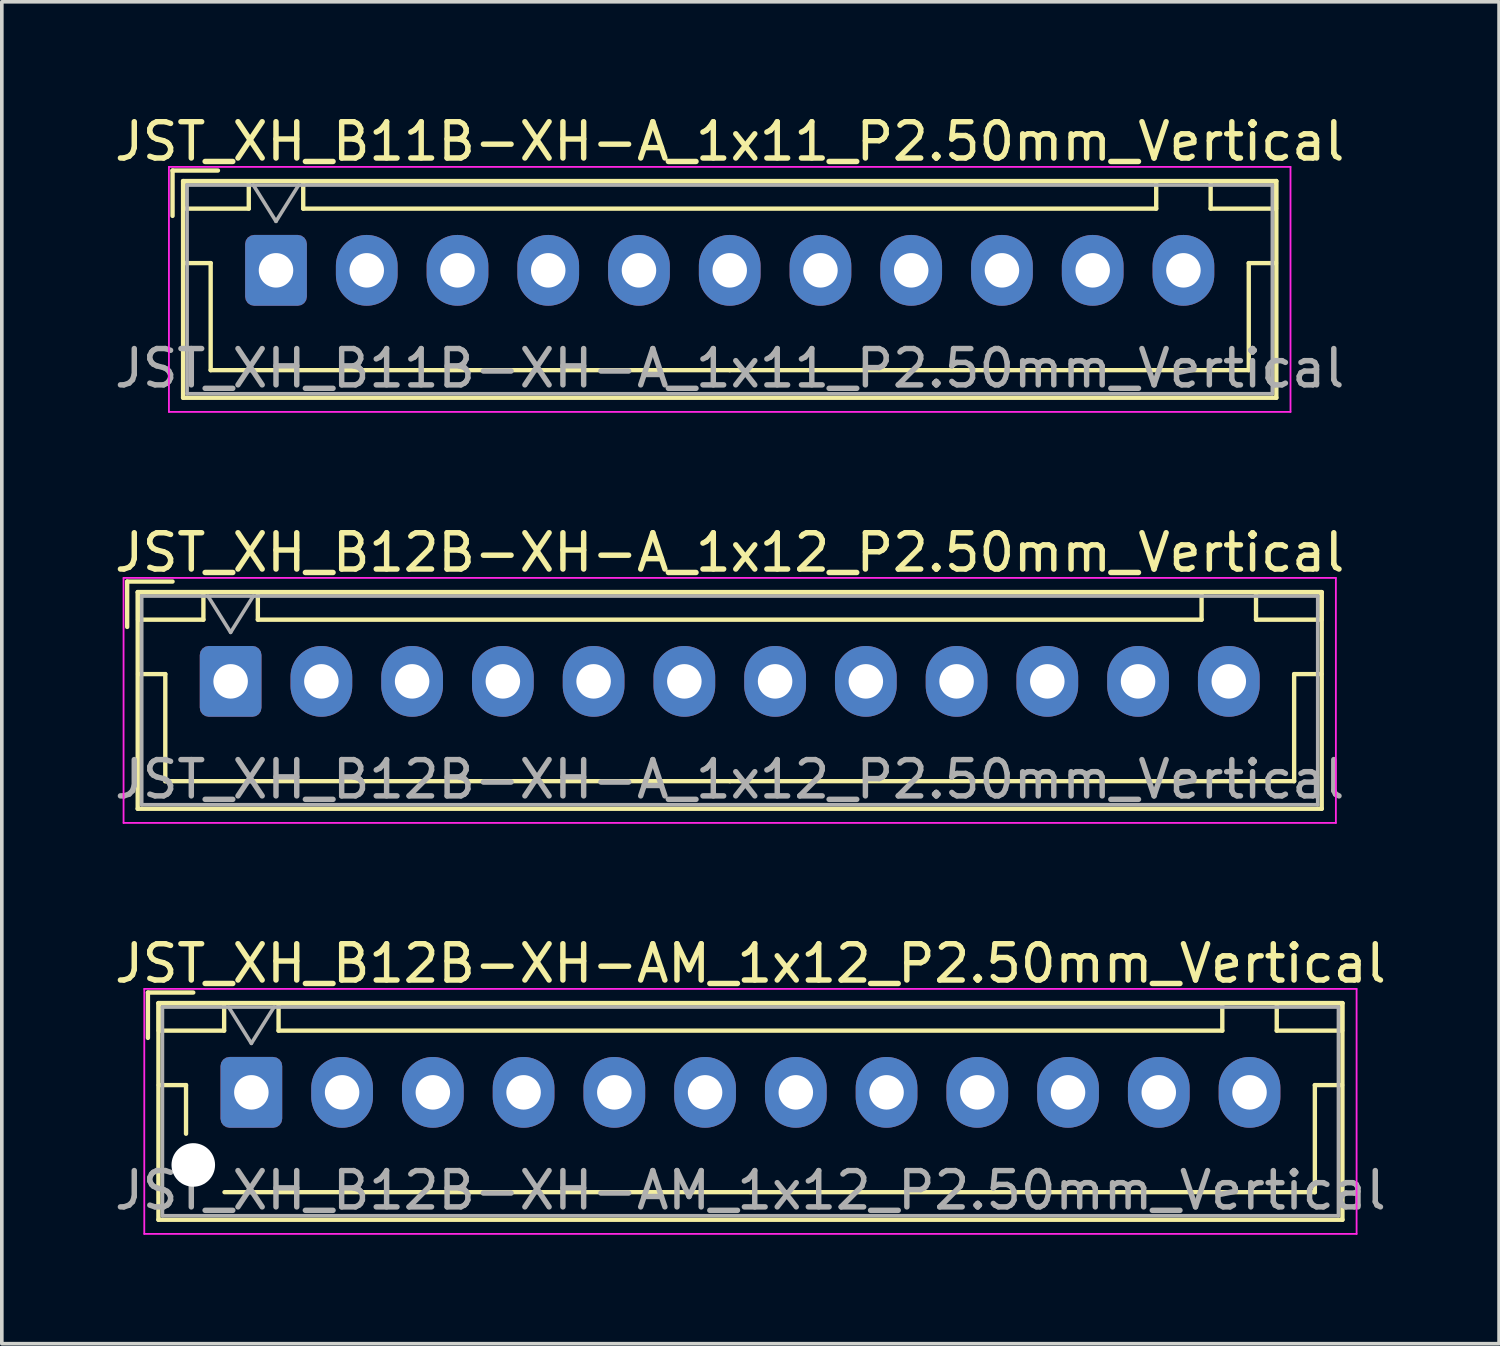
<source format=kicad_pcb>
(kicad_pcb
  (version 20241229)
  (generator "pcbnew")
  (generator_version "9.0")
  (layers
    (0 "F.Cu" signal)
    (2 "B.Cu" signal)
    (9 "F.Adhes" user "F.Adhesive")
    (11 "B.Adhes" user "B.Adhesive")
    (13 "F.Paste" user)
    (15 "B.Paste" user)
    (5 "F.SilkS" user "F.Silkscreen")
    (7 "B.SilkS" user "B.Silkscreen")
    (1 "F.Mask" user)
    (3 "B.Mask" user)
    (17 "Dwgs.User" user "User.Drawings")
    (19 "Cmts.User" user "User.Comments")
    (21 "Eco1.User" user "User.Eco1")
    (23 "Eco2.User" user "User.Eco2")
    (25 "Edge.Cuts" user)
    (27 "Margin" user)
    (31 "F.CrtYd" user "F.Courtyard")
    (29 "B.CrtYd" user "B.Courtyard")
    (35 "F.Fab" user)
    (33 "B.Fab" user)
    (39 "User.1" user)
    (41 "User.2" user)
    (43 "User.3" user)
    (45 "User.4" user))
  (footprint "JST_XH_B11B-XH-A_1x11_P2.50mm_Vertical"
    (layer "F.Cu")
    (at 4.554 4.398)
    (property "Reference" "JST_XH_B11B-XH-A_1x11_P2.50mm_Vertical" (at 12.5 -3.55 0) (layer "F.SilkS") (effects (font (size 1 1) (thickness 0.15))))
    (attr through_hole)
    (fp_line (start -2.85 -2.75) (end -2.85 -1.5) (stroke (width 0.12) (type solid)) (layer "F.SilkS"))
    (fp_line (start -2.56 -2.46) (end -2.56 3.51) (stroke (width 0.12) (type solid)) (layer "F.SilkS"))
    (fp_line (start -2.56 3.51) (end 27.56 3.51) (stroke (width 0.12) (type solid)) (layer "F.SilkS"))
    (fp_line (start -2.55 -2.45) (end -2.55 -1.7) (stroke (width 0.12) (type solid)) (layer "F.SilkS"))
    (fp_line (start -2.55 -1.7) (end -0.75 -1.7) (stroke (width 0.12) (type solid)) (layer "F.SilkS"))
    (fp_line (start -2.55 -0.2) (end -1.8 -0.2) (stroke (width 0.12) (type solid)) (layer "F.SilkS"))
    (fp_line (start -1.8 -0.2) (end -1.8 2.75) (stroke (width 0.12) (type solid)) (layer "F.SilkS"))
    (fp_line (start -1.8 2.75) (end 12.5 2.75) (stroke (width 0.12) (type solid)) (layer "F.SilkS"))
    (fp_line (start -1.6 -2.75) (end -2.85 -2.75) (stroke (width 0.12) (type solid)) (layer "F.SilkS"))
    (fp_line (start -0.75 -2.45) (end -2.55 -2.45) (stroke (width 0.12) (type solid)) (layer "F.SilkS"))
    (fp_line (start -0.75 -1.7) (end -0.75 -2.45) (stroke (width 0.12) (type solid)) (layer "F.SilkS"))
    (fp_line (start 0.75 -2.45) (end 0.75 -1.7) (stroke (width 0.12) (type solid)) (layer "F.SilkS"))
    (fp_line (start 0.75 -1.7) (end 24.25 -1.7) (stroke (width 0.12) (type solid)) (layer "F.SilkS"))
    (fp_line (start 24.25 -2.45) (end 0.75 -2.45) (stroke (width 0.12) (type solid)) (layer "F.SilkS"))
    (fp_line (start 24.25 -1.7) (end 24.25 -2.45) (stroke (width 0.12) (type solid)) (layer "F.SilkS"))
    (fp_line (start 25.75 -2.45) (end 25.75 -1.7) (stroke (width 0.12) (type solid)) (layer "F.SilkS"))
    (fp_line (start 25.75 -1.7) (end 27.55 -1.7) (stroke (width 0.12) (type solid)) (layer "F.SilkS"))
    (fp_line (start 26.8 -0.2) (end 26.8 2.75) (stroke (width 0.12) (type solid)) (layer "F.SilkS"))
    (fp_line (start 26.8 2.75) (end 12.5 2.75) (stroke (width 0.12) (type solid)) (layer "F.SilkS"))
    (fp_line (start 27.55 -2.45) (end 25.75 -2.45) (stroke (width 0.12) (type solid)) (layer "F.SilkS"))
    (fp_line (start 27.55 -1.7) (end 27.55 -2.45) (stroke (width 0.12) (type solid)) (layer "F.SilkS"))
    (fp_line (start 27.55 -0.2) (end 26.8 -0.2) (stroke (width 0.12) (type solid)) (layer "F.SilkS"))
    (fp_line (start 27.56 -2.46) (end -2.56 -2.46) (stroke (width 0.12) (type solid)) (layer "F.SilkS"))
    (fp_line (start 27.56 3.51) (end 27.56 -2.46) (stroke (width 0.12) (type solid)) (layer "F.SilkS"))
    (fp_line (start -2.95 -2.85) (end -2.95 3.9) (stroke (width 0.05) (type solid)) (layer "F.CrtYd"))
    (fp_line (start -2.95 3.9) (end 27.95 3.9) (stroke (width 0.05) (type solid)) (layer "F.CrtYd"))
    (fp_line (start 27.95 -2.85) (end -2.95 -2.85) (stroke (width 0.05) (type solid)) (layer "F.CrtYd"))
    (fp_line (start 27.95 3.9) (end 27.95 -2.85) (stroke (width 0.05) (type solid)) (layer "F.CrtYd"))
    (fp_line (start -2.45 -2.35) (end -2.45 3.4) (stroke (width 0.1) (type solid)) (layer "F.Fab"))
    (fp_line (start -2.45 3.4) (end 27.45 3.4) (stroke (width 0.1) (type solid)) (layer "F.Fab"))
    (fp_line (start -0.625 -2.35) (end 0 -1.35) (stroke (width 0.1) (type solid)) (layer "F.Fab"))
    (fp_line (start 0 -1.35) (end 0.625 -2.35) (stroke (width 0.1) (type solid)) (layer "F.Fab"))
    (fp_line (start 27.45 -2.35) (end -2.45 -2.35) (stroke (width 0.1) (type solid)) (layer "F.Fab"))
    (fp_line (start 27.45 3.4) (end 27.45 -2.35) (stroke (width 0.1) (type solid)) (layer "F.Fab"))
    (fp_text user "${REFERENCE}" (at 12.5 2.7 0) (layer "F.Fab") (effects (font (size 1 1) (thickness 0.15))))
    (pad "1" thru_hole roundrect (at 0 0) (size 1.7 1.95) (drill 0.95) (layers "*.Cu" "*.Mask") (roundrect_rratio 0.147))
    (pad "2" thru_hole oval (at 2.5 0) (size 1.7 1.95) (drill 0.95) (layers "*.Cu" "*.Mask"))
    (pad "3" thru_hole oval (at 5 0) (size 1.7 1.95) (drill 0.95) (layers "*.Cu" "*.Mask"))
    (pad "4" thru_hole oval (at 7.5 0) (size 1.7 1.95) (drill 0.95) (layers "*.Cu" "*.Mask"))
    (pad "5" thru_hole oval (at 10 0) (size 1.7 1.95) (drill 0.95) (layers "*.Cu" "*.Mask"))
    (pad "6" thru_hole oval (at 12.5 0) (size 1.7 1.95) (drill 0.95) (layers "*.Cu" "*.Mask"))
    (pad "7" thru_hole oval (at 15 0) (size 1.7 1.95) (drill 0.95) (layers "*.Cu" "*.Mask"))
    (pad "8" thru_hole oval (at 17.5 0) (size 1.7 1.95) (drill 0.95) (layers "*.Cu" "*.Mask"))
    (pad "9" thru_hole oval (at 20 0) (size 1.7 1.95) (drill 0.95) (layers "*.Cu" "*.Mask"))
    (pad "10" thru_hole oval (at 22.5 0) (size 1.7 1.95) (drill 0.95) (layers "*.Cu" "*.Mask"))
    (pad "11" thru_hole oval (at 25 0) (size 1.7 1.95) (drill 0.95) (layers "*.Cu" "*.Mask")))
  (footprint "JST_XH_B12B-XH-A_1x12_P2.50mm_Vertical"
    (layer "F.Cu")
    (at 3.304 15.722)
    (property "Reference" "JST_XH_B12B-XH-A_1x12_P2.50mm_Vertical" (at 13.75 -3.55 0) (layer "F.SilkS") (effects (font (size 1 1) (thickness 0.15))))
    (attr through_hole)
    (fp_line (start -2.85 -2.75) (end -2.85 -1.5) (stroke (width 0.12) (type solid)) (layer "F.SilkS"))
    (fp_line (start -2.56 -2.46) (end -2.56 3.51) (stroke (width 0.12) (type solid)) (layer "F.SilkS"))
    (fp_line (start -2.56 3.51) (end 30.06 3.51) (stroke (width 0.12) (type solid)) (layer "F.SilkS"))
    (fp_line (start -2.55 -2.45) (end -2.55 -1.7) (stroke (width 0.12) (type solid)) (layer "F.SilkS"))
    (fp_line (start -2.55 -1.7) (end -0.75 -1.7) (stroke (width 0.12) (type solid)) (layer "F.SilkS"))
    (fp_line (start -2.55 -0.2) (end -1.8 -0.2) (stroke (width 0.12) (type solid)) (layer "F.SilkS"))
    (fp_line (start -1.8 -0.2) (end -1.8 2.75) (stroke (width 0.12) (type solid)) (layer "F.SilkS"))
    (fp_line (start -1.8 2.75) (end 13.75 2.75) (stroke (width 0.12) (type solid)) (layer "F.SilkS"))
    (fp_line (start -1.6 -2.75) (end -2.85 -2.75) (stroke (width 0.12) (type solid)) (layer "F.SilkS"))
    (fp_line (start -0.75 -2.45) (end -2.55 -2.45) (stroke (width 0.12) (type solid)) (layer "F.SilkS"))
    (fp_line (start -0.75 -1.7) (end -0.75 -2.45) (stroke (width 0.12) (type solid)) (layer "F.SilkS"))
    (fp_line (start 0.75 -2.45) (end 0.75 -1.7) (stroke (width 0.12) (type solid)) (layer "F.SilkS"))
    (fp_line (start 0.75 -1.7) (end 26.75 -1.7) (stroke (width 0.12) (type solid)) (layer "F.SilkS"))
    (fp_line (start 26.75 -2.45) (end 0.75 -2.45) (stroke (width 0.12) (type solid)) (layer "F.SilkS"))
    (fp_line (start 26.75 -1.7) (end 26.75 -2.45) (stroke (width 0.12) (type solid)) (layer "F.SilkS"))
    (fp_line (start 28.25 -2.45) (end 28.25 -1.7) (stroke (width 0.12) (type solid)) (layer "F.SilkS"))
    (fp_line (start 28.25 -1.7) (end 30.05 -1.7) (stroke (width 0.12) (type solid)) (layer "F.SilkS"))
    (fp_line (start 29.3 -0.2) (end 29.3 2.75) (stroke (width 0.12) (type solid)) (layer "F.SilkS"))
    (fp_line (start 29.3 2.75) (end 13.75 2.75) (stroke (width 0.12) (type solid)) (layer "F.SilkS"))
    (fp_line (start 30.05 -2.45) (end 28.25 -2.45) (stroke (width 0.12) (type solid)) (layer "F.SilkS"))
    (fp_line (start 30.05 -1.7) (end 30.05 -2.45) (stroke (width 0.12) (type solid)) (layer "F.SilkS"))
    (fp_line (start 30.05 -0.2) (end 29.3 -0.2) (stroke (width 0.12) (type solid)) (layer "F.SilkS"))
    (fp_line (start 30.06 -2.46) (end -2.56 -2.46) (stroke (width 0.12) (type solid)) (layer "F.SilkS"))
    (fp_line (start 30.06 3.51) (end 30.06 -2.46) (stroke (width 0.12) (type solid)) (layer "F.SilkS"))
    (fp_line (start -2.95 -2.85) (end -2.95 3.9) (stroke (width 0.05) (type solid)) (layer "F.CrtYd"))
    (fp_line (start -2.95 3.9) (end 30.45 3.9) (stroke (width 0.05) (type solid)) (layer "F.CrtYd"))
    (fp_line (start 30.45 -2.85) (end -2.95 -2.85) (stroke (width 0.05) (type solid)) (layer "F.CrtYd"))
    (fp_line (start 30.45 3.9) (end 30.45 -2.85) (stroke (width 0.05) (type solid)) (layer "F.CrtYd"))
    (fp_line (start -2.45 -2.35) (end -2.45 3.4) (stroke (width 0.1) (type solid)) (layer "F.Fab"))
    (fp_line (start -2.45 3.4) (end 29.95 3.4) (stroke (width 0.1) (type solid)) (layer "F.Fab"))
    (fp_line (start -0.625 -2.35) (end 0 -1.35) (stroke (width 0.1) (type solid)) (layer "F.Fab"))
    (fp_line (start 0 -1.35) (end 0.625 -2.35) (stroke (width 0.1) (type solid)) (layer "F.Fab"))
    (fp_line (start 29.95 -2.35) (end -2.45 -2.35) (stroke (width 0.1) (type solid)) (layer "F.Fab"))
    (fp_line (start 29.95 3.4) (end 29.95 -2.35) (stroke (width 0.1) (type solid)) (layer "F.Fab"))
    (fp_text user "${REFERENCE}" (at 13.75 2.7 0) (layer "F.Fab") (effects (font (size 1 1) (thickness 0.15))))
    (pad "1" thru_hole roundrect (at 0 0) (size 1.7 1.95) (drill 0.95) (layers "*.Cu" "*.Mask") (roundrect_rratio 0.147))
    (pad "2" thru_hole oval (at 2.5 0) (size 1.7 1.95) (drill 0.95) (layers "*.Cu" "*.Mask"))
    (pad "3" thru_hole oval (at 5 0) (size 1.7 1.95) (drill 0.95) (layers "*.Cu" "*.Mask"))
    (pad "4" thru_hole oval (at 7.5 0) (size 1.7 1.95) (drill 0.95) (layers "*.Cu" "*.Mask"))
    (pad "5" thru_hole oval (at 10 0) (size 1.7 1.95) (drill 0.95) (layers "*.Cu" "*.Mask"))
    (pad "6" thru_hole oval (at 12.5 0) (size 1.7 1.95) (drill 0.95) (layers "*.Cu" "*.Mask"))
    (pad "7" thru_hole oval (at 15 0) (size 1.7 1.95) (drill 0.95) (layers "*.Cu" "*.Mask"))
    (pad "8" thru_hole oval (at 17.5 0) (size 1.7 1.95) (drill 0.95) (layers "*.Cu" "*.Mask"))
    (pad "9" thru_hole oval (at 20 0) (size 1.7 1.95) (drill 0.95) (layers "*.Cu" "*.Mask"))
    (pad "10" thru_hole oval (at 22.5 0) (size 1.7 1.95) (drill 0.95) (layers "*.Cu" "*.Mask"))
    (pad "11" thru_hole oval (at 25 0) (size 1.7 1.95) (drill 0.95) (layers "*.Cu" "*.Mask"))
    (pad "12" thru_hole oval (at 27.5 0) (size 1.7 1.95) (drill 0.95) (layers "*.Cu" "*.Mask")))
  (footprint "JST_XH_B12B-XH-AM_1x12_P2.50mm_Vertical"
    (layer "F.Cu")
    (at 3.875 27.045)
    (property "Reference" "JST_XH_B12B-XH-AM_1x12_P2.50mm_Vertical" (at 13.75 -3.55 0) (layer "F.SilkS") (effects (font (size 1 1) (thickness 0.15))))
    (attr through_hole)
    (fp_line (start -2.85 -2.75) (end -2.85 -1.5) (stroke (width 0.12) (type solid)) (layer "F.SilkS"))
    (fp_line (start -2.56 -2.46) (end -2.56 3.51) (stroke (width 0.12) (type solid)) (layer "F.SilkS"))
    (fp_line (start -2.56 3.51) (end 30.06 3.51) (stroke (width 0.12) (type solid)) (layer "F.SilkS"))
    (fp_line (start -2.55 -2.45) (end -2.55 -1.7) (stroke (width 0.12) (type solid)) (layer "F.SilkS"))
    (fp_line (start -2.55 -1.7) (end -0.75 -1.7) (stroke (width 0.12) (type solid)) (layer "F.SilkS"))
    (fp_line (start -2.55 -0.2) (end -1.8 -0.2) (stroke (width 0.12) (type solid)) (layer "F.SilkS"))
    (fp_line (start -1.8 -0.2) (end -1.8 1.14) (stroke (width 0.12) (type solid)) (layer "F.SilkS"))
    (fp_line (start -1.6 -2.75) (end -2.85 -2.75) (stroke (width 0.12) (type solid)) (layer "F.SilkS"))
    (fp_line (start -0.75 -2.45) (end -2.55 -2.45) (stroke (width 0.12) (type solid)) (layer "F.SilkS"))
    (fp_line (start -0.75 -1.7) (end -0.75 -2.45) (stroke (width 0.12) (type solid)) (layer "F.SilkS"))
    (fp_line (start 0.75 -2.45) (end 0.75 -1.7) (stroke (width 0.12) (type solid)) (layer "F.SilkS"))
    (fp_line (start 0.75 -1.7) (end 26.75 -1.7) (stroke (width 0.12) (type solid)) (layer "F.SilkS"))
    (fp_line (start 13.75 2.75) (end -0.74 2.75) (stroke (width 0.12) (type solid)) (layer "F.SilkS"))
    (fp_line (start 26.75 -2.45) (end 0.75 -2.45) (stroke (width 0.12) (type solid)) (layer "F.SilkS"))
    (fp_line (start 26.75 -1.7) (end 26.75 -2.45) (stroke (width 0.12) (type solid)) (layer "F.SilkS"))
    (fp_line (start 28.25 -2.45) (end 28.25 -1.7) (stroke (width 0.12) (type solid)) (layer "F.SilkS"))
    (fp_line (start 28.25 -1.7) (end 30.05 -1.7) (stroke (width 0.12) (type solid)) (layer "F.SilkS"))
    (fp_line (start 29.3 -0.2) (end 29.3 2.75) (stroke (width 0.12) (type solid)) (layer "F.SilkS"))
    (fp_line (start 29.3 2.75) (end 13.75 2.75) (stroke (width 0.12) (type solid)) (layer "F.SilkS"))
    (fp_line (start 30.05 -2.45) (end 28.25 -2.45) (stroke (width 0.12) (type solid)) (layer "F.SilkS"))
    (fp_line (start 30.05 -1.7) (end 30.05 -2.45) (stroke (width 0.12) (type solid)) (layer "F.SilkS"))
    (fp_line (start 30.05 -0.2) (end 29.3 -0.2) (stroke (width 0.12) (type solid)) (layer "F.SilkS"))
    (fp_line (start 30.06 -2.46) (end -2.56 -2.46) (stroke (width 0.12) (type solid)) (layer "F.SilkS"))
    (fp_line (start 30.06 3.51) (end 30.06 -2.46) (stroke (width 0.12) (type solid)) (layer "F.SilkS"))
    (fp_line (start -2.95 -2.85) (end -2.95 3.9) (stroke (width 0.05) (type solid)) (layer "F.CrtYd"))
    (fp_line (start -2.95 3.9) (end 30.45 3.9) (stroke (width 0.05) (type solid)) (layer "F.CrtYd"))
    (fp_line (start 30.45 -2.85) (end -2.95 -2.85) (stroke (width 0.05) (type solid)) (layer "F.CrtYd"))
    (fp_line (start 30.45 3.9) (end 30.45 -2.85) (stroke (width 0.05) (type solid)) (layer "F.CrtYd"))
    (fp_line (start -2.45 -2.35) (end -2.45 3.4) (stroke (width 0.1) (type solid)) (layer "F.Fab"))
    (fp_line (start -2.45 3.4) (end 29.95 3.4) (stroke (width 0.1) (type solid)) (layer "F.Fab"))
    (fp_line (start -0.625 -2.35) (end 0 -1.35) (stroke (width 0.1) (type solid)) (layer "F.Fab"))
    (fp_line (start 0 -1.35) (end 0.625 -2.35) (stroke (width 0.1) (type solid)) (layer "F.Fab"))
    (fp_line (start 29.95 -2.35) (end -2.45 -2.35) (stroke (width 0.1) (type solid)) (layer "F.Fab"))
    (fp_line (start 29.95 3.4) (end 29.95 -2.35) (stroke (width 0.1) (type solid)) (layer "F.Fab"))
    (fp_text user "${REFERENCE}" (at 13.75 2.7 0) (layer "F.Fab") (effects (font (size 1 1) (thickness 0.15))))
    (pad "" np_thru_hole circle (at -1.6 2) (size 1.2 1.2) (drill 1.2) (layers "*.Cu" "*.Mask"))
    (pad "1" thru_hole roundrect (at 0 0) (size 1.7 1.95) (drill 0.95) (layers "*.Cu" "*.Mask") (roundrect_rratio 0.147))
    (pad "2" thru_hole oval (at 2.5 0) (size 1.7 1.95) (drill 0.95) (layers "*.Cu" "*.Mask"))
    (pad "3" thru_hole oval (at 5 0) (size 1.7 1.95) (drill 0.95) (layers "*.Cu" "*.Mask"))
    (pad "4" thru_hole oval (at 7.5 0) (size 1.7 1.95) (drill 0.95) (layers "*.Cu" "*.Mask"))
    (pad "5" thru_hole oval (at 10 0) (size 1.7 1.95) (drill 0.95) (layers "*.Cu" "*.Mask"))
    (pad "6" thru_hole oval (at 12.5 0) (size 1.7 1.95) (drill 0.95) (layers "*.Cu" "*.Mask"))
    (pad "7" thru_hole oval (at 15 0) (size 1.7 1.95) (drill 0.95) (layers "*.Cu" "*.Mask"))
    (pad "8" thru_hole oval (at 17.5 0) (size 1.7 1.95) (drill 0.95) (layers "*.Cu" "*.Mask"))
    (pad "9" thru_hole oval (at 20 0) (size 1.7 1.95) (drill 0.95) (layers "*.Cu" "*.Mask"))
    (pad "10" thru_hole oval (at 22.5 0) (size 1.7 1.95) (drill 0.95) (layers "*.Cu" "*.Mask"))
    (pad "11" thru_hole oval (at 25 0) (size 1.7 1.95) (drill 0.95) (layers "*.Cu" "*.Mask"))
    (pad "12" thru_hole oval (at 27.5 0) (size 1.7 1.95) (drill 0.95) (layers "*.Cu" "*.Mask")))
  (gr_rect
    (start -3 -3)
    (end 38.25 33.97)
    (stroke (width 0.1) (type default))
    (fill no)
    (layer "Edge.Cuts")))
</source>
